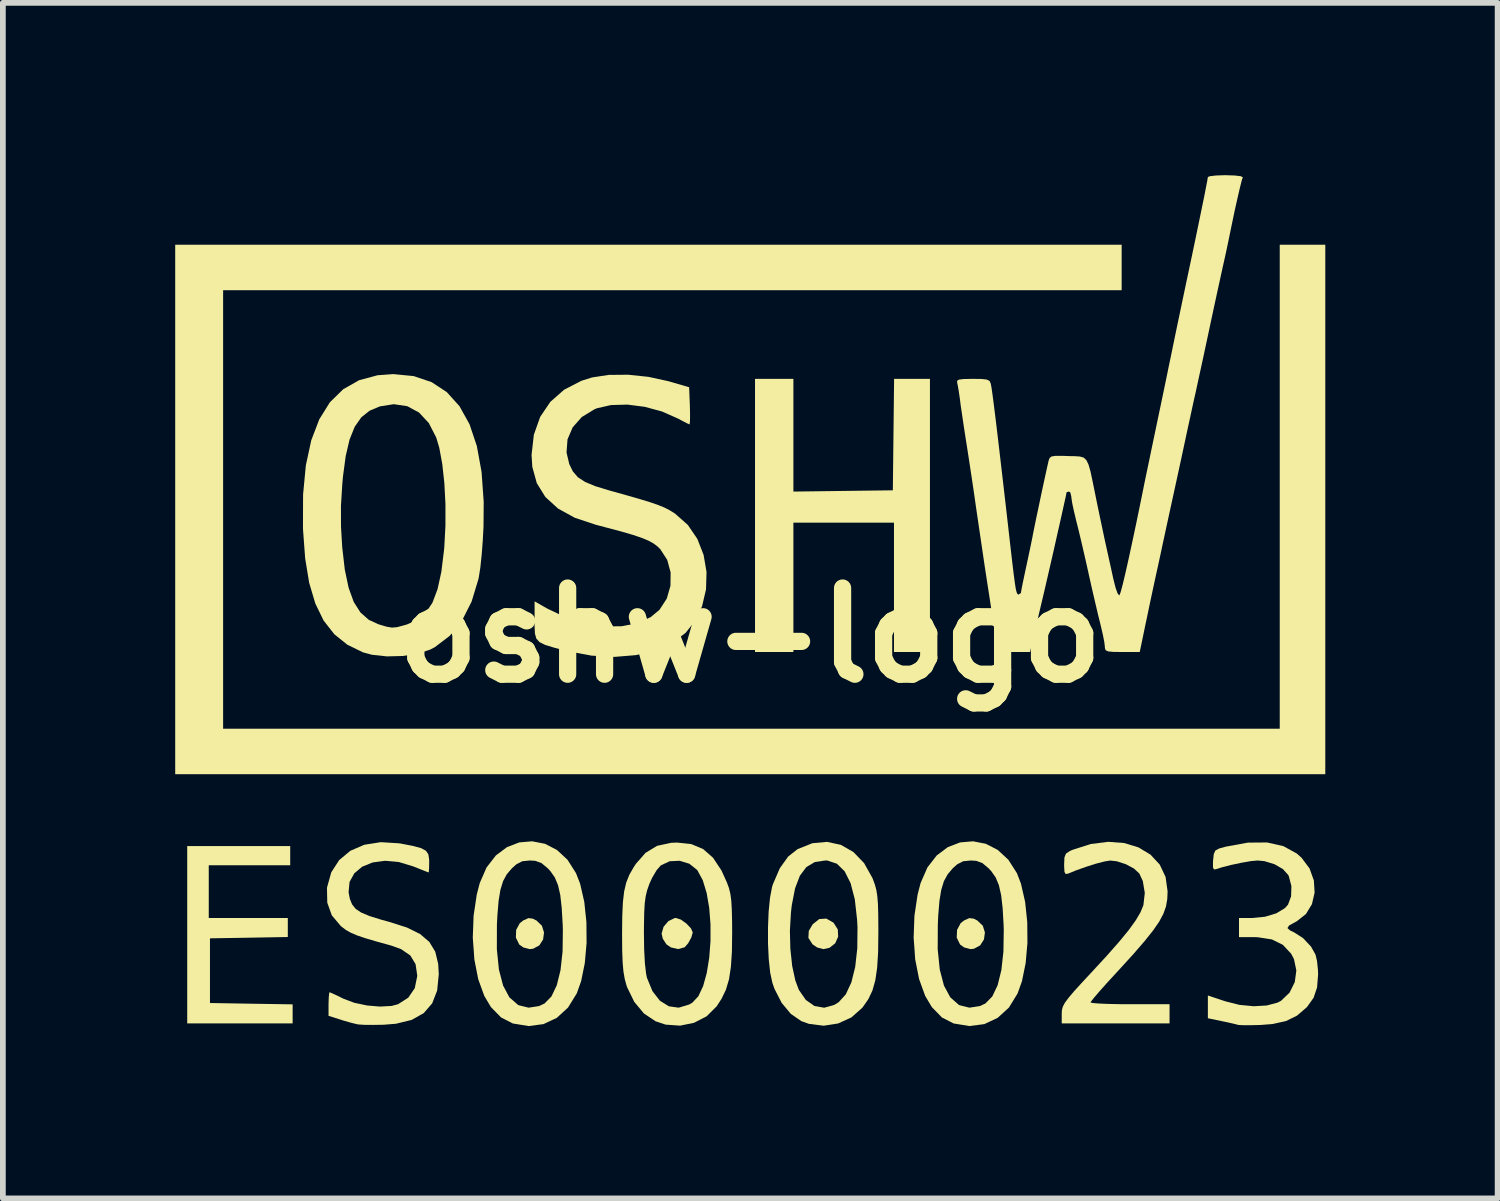
<source format=kicad_pcb>
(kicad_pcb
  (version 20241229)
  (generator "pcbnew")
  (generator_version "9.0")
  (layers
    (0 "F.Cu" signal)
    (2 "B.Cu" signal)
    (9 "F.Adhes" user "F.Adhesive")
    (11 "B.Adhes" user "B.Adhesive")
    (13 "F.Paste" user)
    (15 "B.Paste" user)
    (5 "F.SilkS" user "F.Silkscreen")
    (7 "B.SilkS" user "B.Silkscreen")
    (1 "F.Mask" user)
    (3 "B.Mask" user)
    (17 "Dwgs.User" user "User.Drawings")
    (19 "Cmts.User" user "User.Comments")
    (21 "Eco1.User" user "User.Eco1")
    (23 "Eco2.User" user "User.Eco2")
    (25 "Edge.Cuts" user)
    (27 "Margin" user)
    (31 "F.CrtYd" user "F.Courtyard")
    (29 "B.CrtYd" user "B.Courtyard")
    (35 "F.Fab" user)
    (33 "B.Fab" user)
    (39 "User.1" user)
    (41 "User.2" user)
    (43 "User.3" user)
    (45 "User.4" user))
  (footprint "oshw-logo"
    (layer "F.Cu")
    (at 10.01 8.008)
    (property "Reference" "oshw-logo" (at 0 0 0) (layer "F.SilkS") (effects (font (size 1.5 1.5) (thickness 0.3))))
    (attr board_only exclude_from_pos_files exclude_from_bom)
    (fp_poly (pts (xy 1.45 5.004) (xy 1.452 5.007) (xy 1.524 5.121) (xy 1.53 5.248) (xy 1.479 5.362) (xy 1.379 5.441) (xy 1.272 5.464) (xy 1.164 5.435) (xy 1.084 5.38) (xy 1.012 5.268) (xy 1.019 5.147) (xy 1.087 5.031) (xy 1.2 4.941) (xy 1.324 4.932)) (stroke (width 0) (type solid)) (fill yes) (layer "F.SilkS"))
    (fp_poly (pts (xy -3.787 4.933) (xy -3.722 4.965) (xy -3.627 5.056) (xy -3.59 5.174) (xy -3.606 5.296) (xy -3.671 5.398) (xy -3.779 5.457) (xy -3.837 5.464) (xy -3.95 5.435) (xy -4.021 5.384) (xy -4.08 5.264) (xy -4.075 5.129) (xy -4.011 5.011) (xy -3.952 4.965) (xy -3.861 4.924)) (stroke (width 0) (type solid)) (fill yes) (layer "F.SilkS"))
    (fp_poly (pts (xy 3.888 4.933) (xy 3.952 4.965) (xy 4.048 5.056) (xy 4.085 5.174) (xy 4.068 5.296) (xy 4.003 5.398) (xy 3.895 5.457) (xy 3.837 5.464) (xy 3.724 5.435) (xy 3.653 5.384) (xy 3.594 5.264) (xy 3.6 5.129) (xy 3.663 5.011) (xy 3.722 4.965) (xy 3.813 4.924)) (stroke (width 0) (type solid)) (fill yes) (layer "F.SilkS"))
    (fp_poly (pts (xy -1.207 4.95) (xy -1.112 5.018) (xy -1.033 5.101) (xy -1.001 5.173) (xy -1.025 5.259) (xy -1.08 5.361) (xy -1.141 5.431) (xy -1.143 5.432) (xy -1.256 5.463) (xy -1.382 5.434) (xy -1.46 5.38) (xy -1.523 5.281) (xy -1.543 5.193) (xy -1.509 5.075) (xy -1.425 4.976) (xy -1.317 4.924) (xy -1.291 4.922)) (stroke (width 0) (type solid)) (fill yes) (layer "F.SilkS"))
    (fp_poly (pts (xy 6.465 -6.402) (xy 6.465 -6.006) (xy -1.356 -6.006) (xy -9.176 -6.006) (xy -9.176 -2.19) (xy -9.176 1.627) (xy 0.021 1.627) (xy 9.217 1.627) (xy 9.217 -2.586) (xy 9.217 -6.798) (xy 9.614 -6.798) (xy 10.01 -6.798) (xy 10.01 -2.19) (xy 10.01 2.419) (xy 0 2.419) (xy -10.01 2.419) (xy -10.01 -2.19) (xy -10.01 -6.798) (xy -1.773 -6.798) (xy 6.465 -6.798)) (stroke (width 0) (type solid)) (fill yes) (layer "F.SilkS"))
    (fp_poly (pts (xy -8.008 3.837) (xy -8.008 4.004) (xy -8.717 4.004) (xy -9.426 4.004) (xy -9.426 4.463) (xy -9.426 4.922) (xy -8.738 4.922) (xy -8.05 4.922) (xy -8.05 5.087) (xy -8.05 5.253) (xy -8.727 5.265) (xy -9.405 5.276) (xy -9.405 5.839) (xy -9.405 6.402) (xy -8.686 6.414) (xy -7.966 6.425) (xy -7.966 6.591) (xy -7.966 6.757) (xy -8.884 6.757) (xy -9.801 6.757) (xy -9.801 5.213) (xy -9.801 3.67) (xy -8.905 3.67) (xy -8.008 3.67)) (stroke (width 0) (type solid)) (fill yes) (layer "F.SilkS"))
    (fp_poly (pts (xy 0.751 -3.482) (xy 0.751 -2.501) (xy 1.616 -2.512) (xy 2.482 -2.523) (xy 2.493 -3.493) (xy 2.504 -4.463) (xy 2.816 -4.463) (xy 3.128 -4.463) (xy 3.128 -2.085) (xy 3.128 0.292) (xy 2.815 0.292) (xy 2.502 0.292) (xy 2.502 -0.834) (xy 2.502 -1.96) (xy 1.627 -1.96) (xy 0.751 -1.96) (xy 0.751 -0.834) (xy 0.751 0.292) (xy 0.417 0.292) (xy 0.083 0.292) (xy 0.083 -2.085) (xy 0.083 -4.463) (xy 0.417 -4.463) (xy 0.751 -4.463)) (stroke (width 0) (type solid)) (fill yes) (layer "F.SilkS"))
    (fp_poly (pts (xy -3.574 3.63) (xy -3.366 3.737) (xy -3.182 3.907) (xy -3.034 4.14) (xy -2.962 4.323) (xy -2.889 4.642) (xy -2.852 4.994) (xy -2.849 5.357) (xy -2.88 5.707) (xy -2.944 6.022) (xy -3.02 6.235) (xy -3.172 6.481) (xy -3.367 6.66) (xy -3.599 6.769) (xy -3.858 6.803) (xy -4.134 6.758) (xy -4.134 6.758) (xy -4.338 6.653) (xy -4.514 6.473) (xy -4.63 6.278) (xy -4.736 5.985) (xy -4.803 5.641) (xy -4.815 5.466) (xy -4.411 5.466) (xy -4.375 5.82) (xy -4.302 6.099) (xy -4.193 6.303) (xy -4.046 6.432) (xy -4.029 6.441) (xy -3.858 6.483) (xy -3.676 6.455) (xy -3.581 6.41) (xy -3.461 6.288) (xy -3.368 6.093) (xy -3.303 5.831) (xy -3.267 5.507) (xy -3.262 5.128) (xy -3.265 5.038) (xy -3.282 4.746) (xy -3.307 4.522) (xy -3.346 4.351) (xy -3.401 4.218) (xy -3.477 4.109) (xy -3.524 4.058) (xy -3.634 3.966) (xy -3.741 3.927) (xy -3.837 3.921) (xy -3.968 3.934) (xy -4.071 3.987) (xy -4.15 4.058) (xy -4.238 4.161) (xy -4.303 4.281) (xy -4.349 4.431) (xy -4.381 4.626) (xy -4.402 4.882) (xy -4.41 5.038) (xy -4.411 5.466) (xy -4.815 5.466) (xy -4.83 5.266) (xy -4.816 4.883) (xy -4.761 4.515) (xy -4.709 4.314) (xy -4.59 4.042) (xy -4.428 3.833) (xy -4.234 3.688) (xy -4.02 3.606) (xy -3.796 3.587)) (stroke (width 0) (type solid)) (fill yes) (layer "F.SilkS"))
    (fp_poly (pts (xy 4.1 3.63) (xy 4.308 3.737) (xy 4.492 3.907) (xy 4.641 4.14) (xy 4.712 4.323) (xy 4.785 4.642) (xy 4.822 4.994) (xy 4.825 5.357) (xy 4.794 5.707) (xy 4.73 6.022) (xy 4.654 6.235) (xy 4.503 6.481) (xy 4.307 6.66) (xy 4.075 6.769) (xy 3.817 6.803) (xy 3.54 6.758) (xy 3.54 6.758) (xy 3.336 6.653) (xy 3.161 6.473) (xy 3.045 6.278) (xy 2.939 5.985) (xy 2.871 5.641) (xy 2.859 5.466) (xy 3.263 5.466) (xy 3.299 5.82) (xy 3.372 6.099) (xy 3.482 6.303) (xy 3.628 6.432) (xy 3.646 6.441) (xy 3.816 6.483) (xy 3.998 6.455) (xy 4.093 6.41) (xy 4.213 6.288) (xy 4.306 6.093) (xy 4.371 5.831) (xy 4.407 5.507) (xy 4.413 5.128) (xy 4.41 5.038) (xy 4.393 4.746) (xy 4.367 4.522) (xy 4.328 4.351) (xy 4.273 4.218) (xy 4.197 4.109) (xy 4.15 4.058) (xy 4.041 3.966) (xy 3.934 3.927) (xy 3.837 3.921) (xy 3.707 3.934) (xy 3.603 3.987) (xy 3.524 4.058) (xy 3.437 4.161) (xy 3.371 4.281) (xy 3.325 4.431) (xy 3.293 4.626) (xy 3.272 4.882) (xy 3.265 5.038) (xy 3.263 5.466) (xy 2.859 5.466) (xy 2.844 5.266) (xy 2.858 4.883) (xy 2.913 4.515) (xy 2.965 4.314) (xy 3.084 4.042) (xy 3.246 3.833) (xy 3.44 3.688) (xy 3.654 3.606) (xy 3.878 3.587)) (stroke (width 0) (type solid)) (fill yes) (layer "F.SilkS"))
    (fp_poly (pts (xy 6.509 3.617) (xy 6.758 3.693) (xy 6.967 3.819) (xy 7.128 3.992) (xy 7.23 4.208) (xy 7.265 4.459) (xy 7.259 4.594) (xy 7.237 4.721) (xy 7.192 4.848) (xy 7.119 4.985) (xy 7.012 5.14) (xy 6.865 5.324) (xy 6.673 5.546) (xy 6.428 5.815) (xy 6.36 5.889) (xy 6.209 6.053) (xy 6.081 6.197) (xy 5.985 6.309) (xy 5.931 6.377) (xy 5.923 6.392) (xy 5.962 6.402) (xy 6.071 6.411) (xy 6.236 6.418) (xy 6.443 6.422) (xy 6.611 6.423) (xy 7.299 6.423) (xy 7.299 6.59) (xy 7.299 6.757) (xy 6.36 6.757) (xy 5.422 6.757) (xy 5.422 6.59) (xy 5.425 6.526) (xy 5.441 6.466) (xy 5.477 6.397) (xy 5.541 6.311) (xy 5.64 6.194) (xy 5.783 6.037) (xy 5.932 5.877) (xy 6.206 5.58) (xy 6.423 5.334) (xy 6.59 5.13) (xy 6.711 4.962) (xy 6.793 4.823) (xy 6.841 4.706) (xy 6.844 4.696) (xy 6.868 4.485) (xy 6.833 4.277) (xy 6.772 4.147) (xy 6.679 4.061) (xy 6.537 3.985) (xy 6.377 3.934) (xy 6.266 3.922) (xy 6.171 3.937) (xy 6.023 3.975) (xy 5.849 4.03) (xy 5.672 4.093) (xy 5.537 4.148) (xy 5.492 4.157) (xy 5.47 4.121) (xy 5.464 4.024) (xy 5.464 3.988) (xy 5.469 3.868) (xy 5.496 3.801) (xy 5.565 3.755) (xy 5.614 3.734) (xy 5.928 3.634) (xy 6.23 3.596)) (stroke (width 0) (type solid)) (fill yes) (layer "F.SilkS"))
    (fp_poly (pts (xy 1.578 3.649) (xy 1.796 3.774) (xy 1.981 3.966) (xy 2.125 4.222) (xy 2.132 4.239) (xy 2.169 4.339) (xy 2.195 4.434) (xy 2.212 4.543) (xy 2.223 4.682) (xy 2.228 4.867) (xy 2.23 5.115) (xy 2.23 5.172) (xy 2.226 5.514) (xy 2.209 5.788) (xy 2.177 6.007) (xy 2.127 6.184) (xy 2.056 6.334) (xy 1.961 6.471) (xy 1.948 6.487) (xy 1.76 6.653) (xy 1.53 6.758) (xy 1.278 6.797) (xy 1.022 6.765) (xy 0.889 6.717) (xy 0.707 6.592) (xy 0.547 6.4) (xy 0.422 6.156) (xy 0.385 6.05) (xy 0.347 5.873) (xy 0.322 5.638) (xy 0.309 5.368) (xy 0.309 5.141) (xy 0.69 5.141) (xy 0.698 5.46) (xy 0.73 5.757) (xy 0.785 6.01) (xy 0.846 6.173) (xy 0.968 6.349) (xy 1.118 6.454) (xy 1.287 6.484) (xy 1.462 6.435) (xy 1.54 6.387) (xy 1.663 6.251) (xy 1.76 6.043) (xy 1.827 5.774) (xy 1.863 5.451) (xy 1.867 5.084) (xy 1.86 4.954) (xy 1.82 4.598) (xy 1.747 4.316) (xy 1.643 4.109) (xy 1.508 3.977) (xy 1.344 3.922) (xy 1.306 3.921) (xy 1.124 3.948) (xy 0.977 4.035) (xy 0.864 4.186) (xy 0.78 4.406) (xy 0.723 4.7) (xy 0.709 4.821) (xy 0.69 5.141) (xy 0.309 5.141) (xy 0.309 5.085) (xy 0.32 4.811) (xy 0.344 4.569) (xy 0.38 4.38) (xy 0.393 4.338) (xy 0.514 4.057) (xy 0.66 3.852) (xy 0.824 3.723) (xy 1.082 3.62) (xy 1.337 3.597)) (stroke (width 0) (type solid)) (fill yes) (layer "F.SilkS"))
    (fp_poly (pts (xy -1.025 3.636) (xy -0.82 3.722) (xy -0.648 3.873) (xy -0.501 4.095) (xy -0.407 4.302) (xy -0.371 4.4) (xy -0.346 4.501) (xy -0.33 4.622) (xy -0.321 4.781) (xy -0.316 4.994) (xy -0.315 5.172) (xy -0.319 5.507) (xy -0.337 5.774) (xy -0.37 5.99) (xy -0.423 6.169) (xy -0.499 6.327) (xy -0.585 6.46) (xy -0.759 6.633) (xy -0.978 6.746) (xy -1.222 6.796) (xy -1.474 6.778) (xy -1.65 6.719) (xy -1.851 6.584) (xy -2.019 6.382) (xy -2.144 6.126) (xy -2.154 6.096) (xy -2.185 5.983) (xy -2.207 5.857) (xy -2.221 5.7) (xy -2.229 5.496) (xy -2.231 5.228) (xy -2.231 5.193) (xy -2.231 5.172) (xy -1.851 5.172) (xy -1.847 5.467) (xy -1.834 5.711) (xy -1.813 5.892) (xy -1.798 5.964) (xy -1.702 6.196) (xy -1.573 6.362) (xy -1.418 6.459) (xy -1.246 6.483) (xy -1.063 6.428) (xy -1.008 6.396) (xy -0.904 6.285) (xy -0.82 6.107) (xy -0.757 5.878) (xy -0.714 5.613) (xy -0.692 5.326) (xy -0.692 5.033) (xy -0.714 4.748) (xy -0.759 4.487) (xy -0.827 4.264) (xy -0.919 4.094) (xy -0.927 4.084) (xy -1.061 3.977) (xy -1.229 3.926) (xy -1.403 3.934) (xy -1.555 4.005) (xy -1.556 4.005) (xy -1.63 4.09) (xy -1.708 4.222) (xy -1.756 4.328) (xy -1.794 4.436) (xy -1.82 4.543) (xy -1.837 4.668) (xy -1.846 4.831) (xy -1.85 5.05) (xy -1.851 5.172) (xy -2.231 5.172) (xy -2.228 4.886) (xy -2.217 4.647) (xy -2.195 4.459) (xy -2.159 4.306) (xy -2.106 4.172) (xy -2.031 4.041) (xy -1.991 3.979) (xy -1.822 3.787) (xy -1.622 3.666) (xy -1.379 3.613) (xy -1.272 3.609)) (stroke (width 0) (type solid)) (fill yes) (layer "F.SilkS"))
    (fp_poly (pts (xy -5.858 -4.511) (xy -5.547 -4.406) (xy -5.282 -4.232) (xy -5.062 -3.988) (xy -4.887 -3.674) (xy -4.759 -3.293) (xy -4.677 -2.842) (xy -4.64 -2.323) (xy -4.643 -1.898) (xy -4.656 -1.649) (xy -4.675 -1.402) (xy -4.698 -1.183) (xy -4.724 -1.016) (xy -4.73 -0.984) (xy -4.85 -0.587) (xy -5.017 -0.256) (xy -5.23 0.009) (xy -5.487 0.205) (xy -5.57 0.249) (xy -5.786 0.321) (xy -6.049 0.361) (xy -6.325 0.368) (xy -6.584 0.34) (xy -6.741 0.298) (xy -7.014 0.165) (xy -7.241 -0.018) (xy -7.427 -0.256) (xy -7.571 -0.552) (xy -7.678 -0.912) (xy -7.748 -1.339) (xy -7.785 -1.839) (xy -7.786 -1.877) (xy -7.785 -2.251) (xy -7.125 -2.251) (xy -7.124 -1.89) (xy -7.103 -1.533) (xy -7.058 -1.143) (xy -6.992 -0.828) (xy -6.903 -0.581) (xy -6.786 -0.397) (xy -6.64 -0.268) (xy -6.472 -0.191) (xy -6.334 -0.15) (xy -6.239 -0.133) (xy -6.151 -0.14) (xy -6.034 -0.171) (xy -5.975 -0.188) (xy -5.795 -0.267) (xy -5.648 -0.391) (xy -5.532 -0.567) (xy -5.443 -0.803) (xy -5.377 -1.105) (xy -5.331 -1.481) (xy -5.326 -1.533) (xy -5.306 -1.907) (xy -5.306 -2.285) (xy -5.325 -2.648) (xy -5.361 -2.98) (xy -5.413 -3.262) (xy -5.466 -3.441) (xy -5.595 -3.693) (xy -5.765 -3.876) (xy -5.97 -3.987) (xy -6.205 -4.022) (xy -6.447 -3.984) (xy -6.626 -3.909) (xy -6.771 -3.793) (xy -6.886 -3.628) (xy -6.975 -3.406) (xy -7.042 -3.12) (xy -7.09 -2.762) (xy -7.101 -2.638) (xy -7.125 -2.251) (xy -7.785 -2.251) (xy -7.784 -2.452) (xy -7.736 -2.958) (xy -7.642 -3.393) (xy -7.502 -3.759) (xy -7.317 -4.056) (xy -7.086 -4.282) (xy -6.81 -4.439) (xy -6.487 -4.526) (xy -6.214 -4.546)) (stroke (width 0) (type solid)) (fill yes) (layer "F.SilkS"))
    (fp_poly (pts (xy -6.111 3.622) (xy -6.076 3.628) (xy -5.869 3.668) (xy -5.73 3.706) (xy -5.646 3.751) (xy -5.604 3.812) (xy -5.59 3.897) (xy -5.589 3.948) (xy -5.591 4.058) (xy -5.596 4.122) (xy -5.599 4.129) (xy -5.64 4.114) (xy -5.736 4.076) (xy -5.86 4.026) (xy -6.116 3.948) (xy -6.357 3.926) (xy -6.573 3.955) (xy -6.755 4.029) (xy -6.892 4.144) (xy -6.975 4.294) (xy -6.992 4.474) (xy -6.97 4.589) (xy -6.931 4.685) (xy -6.87 4.762) (xy -6.773 4.827) (xy -6.628 4.888) (xy -6.422 4.952) (xy -6.28 4.991) (xy -5.976 5.088) (xy -5.747 5.201) (xy -5.586 5.339) (xy -5.483 5.509) (xy -5.432 5.722) (xy -5.422 5.902) (xy -5.45 6.184) (xy -5.537 6.408) (xy -5.684 6.578) (xy -5.894 6.696) (xy -6.168 6.763) (xy -6.381 6.78) (xy -6.558 6.783) (xy -6.714 6.782) (xy -6.822 6.775) (xy -6.84 6.772) (xy -6.943 6.747) (xy -7.081 6.708) (xy -7.142 6.688) (xy -7.341 6.625) (xy -7.341 6.42) (xy -7.337 6.302) (xy -7.329 6.228) (xy -7.323 6.214) (xy -7.28 6.232) (xy -7.184 6.276) (xy -7.084 6.326) (xy -6.893 6.398) (xy -6.67 6.445) (xy -6.445 6.464) (xy -6.245 6.453) (xy -6.131 6.423) (xy -5.953 6.309) (xy -5.84 6.144) (xy -5.798 5.938) (xy -5.797 5.922) (xy -5.826 5.725) (xy -5.917 5.575) (xy -6.076 5.465) (xy -6.247 5.403) (xy -6.51 5.33) (xy -6.706 5.272) (xy -6.85 5.223) (xy -6.956 5.177) (xy -7.038 5.131) (xy -7.11 5.076) (xy -7.131 5.058) (xy -7.284 4.876) (xy -7.363 4.656) (xy -7.368 4.401) (xy -7.366 4.386) (xy -7.293 4.126) (xy -7.155 3.913) (xy -6.961 3.752) (xy -6.718 3.647) (xy -6.432 3.602)) (stroke (width 0) (type solid)) (fill yes) (layer "F.SilkS"))
    (fp_poly (pts (xy 9.28 3.671) (xy 9.516 3.801) (xy 9.597 3.874) (xy 9.736 4.06) (xy 9.811 4.268) (xy 9.824 4.48) (xy 9.778 4.68) (xy 9.673 4.853) (xy 9.511 4.981) (xy 9.489 4.992) (xy 9.381 5.052) (xy 9.351 5.097) (xy 9.397 5.139) (xy 9.463 5.17) (xy 9.622 5.271) (xy 9.762 5.42) (xy 9.84 5.56) (xy 9.866 5.671) (xy 9.882 5.821) (xy 9.885 5.902) (xy 9.867 6.131) (xy 9.806 6.311) (xy 9.695 6.467) (xy 9.684 6.479) (xy 9.517 6.622) (xy 9.326 6.716) (xy 9.09 6.768) (xy 8.884 6.784) (xy 8.717 6.788) (xy 8.582 6.788) (xy 8.499 6.784) (xy 8.488 6.781) (xy 8.426 6.765) (xy 8.312 6.739) (xy 8.206 6.717) (xy 7.966 6.667) (xy 7.966 6.469) (xy 7.966 6.271) (xy 8.269 6.372) (xy 8.514 6.434) (xy 8.763 6.458) (xy 8.991 6.445) (xy 9.177 6.396) (xy 9.239 6.364) (xy 9.389 6.22) (xy 9.479 6.037) (xy 9.506 5.836) (xy 9.465 5.638) (xy 9.415 5.543) (xy 9.271 5.389) (xy 9.08 5.295) (xy 8.834 5.257) (xy 8.769 5.255) (xy 8.508 5.255) (xy 8.508 5.088) (xy 8.508 4.922) (xy 8.737 4.922) (xy 8.962 4.9) (xy 9.159 4.84) (xy 9.307 4.75) (xy 9.361 4.69) (xy 9.415 4.544) (xy 9.42 4.367) (xy 9.376 4.197) (xy 9.365 4.174) (xy 9.272 4.07) (xy 9.124 3.985) (xy 8.949 3.932) (xy 8.831 3.921) (xy 8.713 3.932) (xy 8.547 3.961) (xy 8.368 3.999) (xy 8.206 4.041) (xy 8.12 4.069) (xy 8.074 4.078) (xy 8.055 4.044) (xy 8.055 3.949) (xy 8.057 3.916) (xy 8.069 3.808) (xy 8.097 3.747) (xy 8.165 3.711) (xy 8.279 3.68) (xy 8.662 3.61) (xy 8.996 3.607)) (stroke (width 0) (type solid)) (fill yes) (layer "F.SilkS"))
    (fp_poly (pts (xy -1.772 -4.498) (xy -1.424 -4.422) (xy -1.397 -4.414) (xy -1.064 -4.317) (xy -1.051 -3.994) (xy -1.048 -3.841) (xy -1.049 -3.728) (xy -1.055 -3.673) (xy -1.057 -3.67) (xy -1.1 -3.689) (xy -1.191 -3.736) (xy -1.256 -3.771) (xy -1.534 -3.894) (xy -1.835 -3.976) (xy -2.139 -4.015) (xy -2.424 -4.007) (xy -2.669 -3.951) (xy -2.711 -3.934) (xy -2.933 -3.798) (xy -3.091 -3.619) (xy -3.181 -3.41) (xy -3.198 -3.181) (xy -3.151 -2.981) (xy -3.088 -2.852) (xy -3.001 -2.751) (xy -2.876 -2.669) (xy -2.698 -2.595) (xy -2.456 -2.521) (xy -2.151 -2.436) (xy -1.915 -2.368) (xy -1.735 -2.313) (xy -1.598 -2.265) (xy -1.493 -2.222) (xy -1.407 -2.178) (xy -1.327 -2.129) (xy -1.309 -2.117) (xy -1.087 -1.921) (xy -0.921 -1.677) (xy -0.812 -1.399) (xy -0.761 -1.101) (xy -0.77 -0.798) (xy -0.839 -0.504) (xy -0.971 -0.235) (xy -1.126 -0.041) (xy -1.36 0.136) (xy -1.651 0.265) (xy -1.99 0.346) (xy -2.364 0.377) (xy -2.762 0.355) (xy -3.174 0.279) (xy -3.197 0.273) (xy -3.418 0.215) (xy -3.571 0.168) (xy -3.669 0.119) (xy -3.724 0.058) (xy -3.748 -0.028) (xy -3.754 -0.151) (xy -3.754 -0.255) (xy -3.754 -0.59) (xy -3.535 -0.465) (xy -3.209 -0.31) (xy -2.877 -0.206) (xy -2.552 -0.155) (xy -2.245 -0.156) (xy -1.968 -0.209) (xy -1.734 -0.315) (xy -1.58 -0.443) (xy -1.453 -0.638) (xy -1.389 -0.861) (xy -1.386 -1.092) (xy -1.445 -1.311) (xy -1.566 -1.498) (xy -1.613 -1.544) (xy -1.682 -1.597) (xy -1.769 -1.645) (xy -1.886 -1.694) (xy -2.043 -1.747) (xy -2.253 -1.808) (xy -2.528 -1.881) (xy -2.688 -1.923) (xy -3.055 -2.045) (xy -3.347 -2.206) (xy -3.567 -2.407) (xy -3.716 -2.648) (xy -3.794 -2.931) (xy -3.807 -3.139) (xy -3.767 -3.491) (xy -3.657 -3.801) (xy -3.48 -4.063) (xy -3.24 -4.274) (xy -2.94 -4.429) (xy -2.753 -4.488) (xy -2.463 -4.532) (xy -2.127 -4.535)) (stroke (width 0) (type solid)) (fill yes) (layer "F.SilkS"))
    (fp_poly (pts (xy 8.433 -8.003) (xy 8.536 -7.991) (xy 8.574 -7.973) (xy 8.573 -7.97) (xy 8.555 -7.914) (xy 8.524 -7.791) (xy 8.483 -7.615) (xy 8.435 -7.401) (xy 8.385 -7.162) (xy 8.34 -6.944) (xy 8.316 -6.827) (xy 8.28 -6.658) (xy 8.238 -6.468) (xy 8.223 -6.402) (xy 8.185 -6.227) (xy 8.134 -5.995) (xy 8.077 -5.732) (xy 8.019 -5.462) (xy 7.993 -5.339) (xy 7.936 -5.072) (xy 7.877 -4.797) (xy 7.821 -4.541) (xy 7.775 -4.329) (xy 7.759 -4.254) (xy 7.714 -4.054) (xy 7.66 -3.804) (xy 7.602 -3.538) (xy 7.55 -3.295) (xy 7.496 -3.043) (xy 7.438 -2.776) (xy 7.384 -2.528) (xy 7.342 -2.336) (xy 7.294 -2.116) (xy 7.243 -1.882) (xy 7.199 -1.676) (xy 7.188 -1.627) (xy 7.146 -1.429) (xy 7.101 -1.221) (xy 7.066 -1.064) (xy 7.036 -0.925) (xy 6.994 -0.73) (xy 6.946 -0.504) (xy 6.898 -0.273) (xy 6.895 -0.261) (xy 6.78 0.292) (xy 6.476 0.292) (xy 6.32 0.29) (xy 6.229 0.281) (xy 6.186 0.26) (xy 6.173 0.221) (xy 6.173 0.201) (xy 6.163 0.118) (xy 6.136 -0.019) (xy 6.098 -0.181) (xy 6.092 -0.206) (xy 6.052 -0.368) (xy 6.001 -0.585) (xy 5.944 -0.83) (xy 5.889 -1.076) (xy 5.883 -1.105) (xy 5.828 -1.349) (xy 5.771 -1.596) (xy 5.718 -1.819) (xy 5.675 -1.991) (xy 5.671 -2.007) (xy 5.632 -2.171) (xy 5.602 -2.312) (xy 5.589 -2.405) (xy 5.589 -2.414) (xy 5.572 -2.484) (xy 5.547 -2.502) (xy 5.507 -2.488) (xy 5.505 -2.483) (xy 5.497 -2.438) (xy 5.472 -2.325) (xy 5.435 -2.158) (xy 5.389 -1.951) (xy 5.336 -1.718) (xy 5.281 -1.472) (xy 5.225 -1.228) (xy 5.172 -0.998) (xy 5.126 -0.798) (xy 5.09 -0.646) (xy 5.04 -0.435) (xy 4.986 -0.205) (xy 4.941 -0.01) (xy 4.871 0.292) (xy 4.586 0.292) (xy 4.301 0.292) (xy 4.276 0.094) (xy 4.259 -0.026) (xy 4.233 -0.204) (xy 4.202 -0.415) (xy 4.17 -0.626) (xy 4.126 -0.91) (xy 4.082 -1.197) (xy 4.037 -1.503) (xy 3.986 -1.848) (xy 3.927 -2.249) (xy 3.9 -2.44) (xy 3.864 -2.683) (xy 3.821 -2.967) (xy 3.778 -3.247) (xy 3.754 -3.399) (xy 3.72 -3.618) (xy 3.689 -3.828) (xy 3.663 -4.004) (xy 3.65 -4.108) (xy 3.63 -4.245) (xy 3.611 -4.356) (xy 3.603 -4.39) (xy 3.6 -4.428) (xy 3.633 -4.45) (xy 3.715 -4.46) (xy 3.864 -4.463) (xy 3.875 -4.463) (xy 4.03 -4.461) (xy 4.12 -4.45) (xy 4.166 -4.426) (xy 4.186 -4.381) (xy 4.189 -4.369) (xy 4.201 -4.301) (xy 4.218 -4.183) (xy 4.24 -4.012) (xy 4.269 -3.782) (xy 4.304 -3.491) (xy 4.346 -3.134) (xy 4.396 -2.706) (xy 4.454 -2.204) (xy 4.52 -1.624) (xy 4.527 -1.564) (xy 4.56 -1.277) (xy 4.586 -1.062) (xy 4.606 -0.91) (xy 4.622 -0.808) (xy 4.637 -0.748) (xy 4.651 -0.719) (xy 4.667 -0.709) (xy 4.673 -0.709) (xy 4.712 -0.736) (xy 4.713 -0.743) (xy 4.721 -0.796) (xy 4.744 -0.912) (xy 4.777 -1.069) (xy 4.799 -1.171) (xy 4.841 -1.367) (xy 4.881 -1.556) (xy 4.912 -1.708) (xy 4.92 -1.752) (xy 4.943 -1.867) (xy 4.978 -2.038) (xy 5.022 -2.245) (xy 5.068 -2.465) (xy 5.114 -2.678) (xy 5.154 -2.862) (xy 5.184 -2.996) (xy 5.193 -3.036) (xy 5.21 -3.084) (xy 5.244 -3.112) (xy 5.314 -3.123) (xy 5.439 -3.123) (xy 5.535 -3.119) (xy 5.652 -3.117) (xy 5.739 -3.111) (xy 5.803 -3.093) (xy 5.85 -3.05) (xy 5.888 -2.973) (xy 5.923 -2.851) (xy 5.961 -2.672) (xy 6.011 -2.425) (xy 6.029 -2.336) (xy 6.076 -2.109) (xy 6.123 -1.886) (xy 6.164 -1.692) (xy 6.192 -1.564) (xy 6.23 -1.393) (xy 6.276 -1.185) (xy 6.319 -0.987) (xy 6.358 -0.831) (xy 6.394 -0.729) (xy 6.423 -0.694) (xy 6.427 -0.697) (xy 6.447 -0.748) (xy 6.481 -0.874) (xy 6.527 -1.065) (xy 6.583 -1.314) (xy 6.648 -1.613) (xy 6.72 -1.953) (xy 6.797 -2.327) (xy 6.841 -2.544) (xy 6.861 -2.644) (xy 6.895 -2.808) (xy 6.94 -3.022) (xy 6.991 -3.268) (xy 7.046 -3.531) (xy 7.049 -3.545) (xy 7.104 -3.808) (xy 7.156 -4.056) (xy 7.201 -4.272) (xy 7.236 -4.44) (xy 7.257 -4.543) (xy 7.258 -4.546) (xy 7.279 -4.651) (xy 7.315 -4.822) (xy 7.361 -5.045) (xy 7.414 -5.302) (xy 7.472 -5.579) (xy 7.531 -5.861) (xy 7.588 -6.132) (xy 7.64 -6.377) (xy 7.683 -6.58) (xy 7.694 -6.632) (xy 7.75 -6.9) (xy 7.805 -7.165) (xy 7.856 -7.413) (xy 7.901 -7.631) (xy 7.935 -7.806) (xy 7.958 -7.926) (xy 7.966 -7.977) (xy 8.004 -7.991) (xy 8.106 -8.003) (xy 8.25 -8.008) (xy 8.281 -8.008)) (stroke (width 0) (type solid)) (fill yes) (layer "F.SilkS")))
  (gr_rect
    (start -3 -3)
    (end 23.02 17.811)
    (stroke (width 0.1) (type default))
    (fill no)
    (layer "Edge.Cuts")))
</source>
